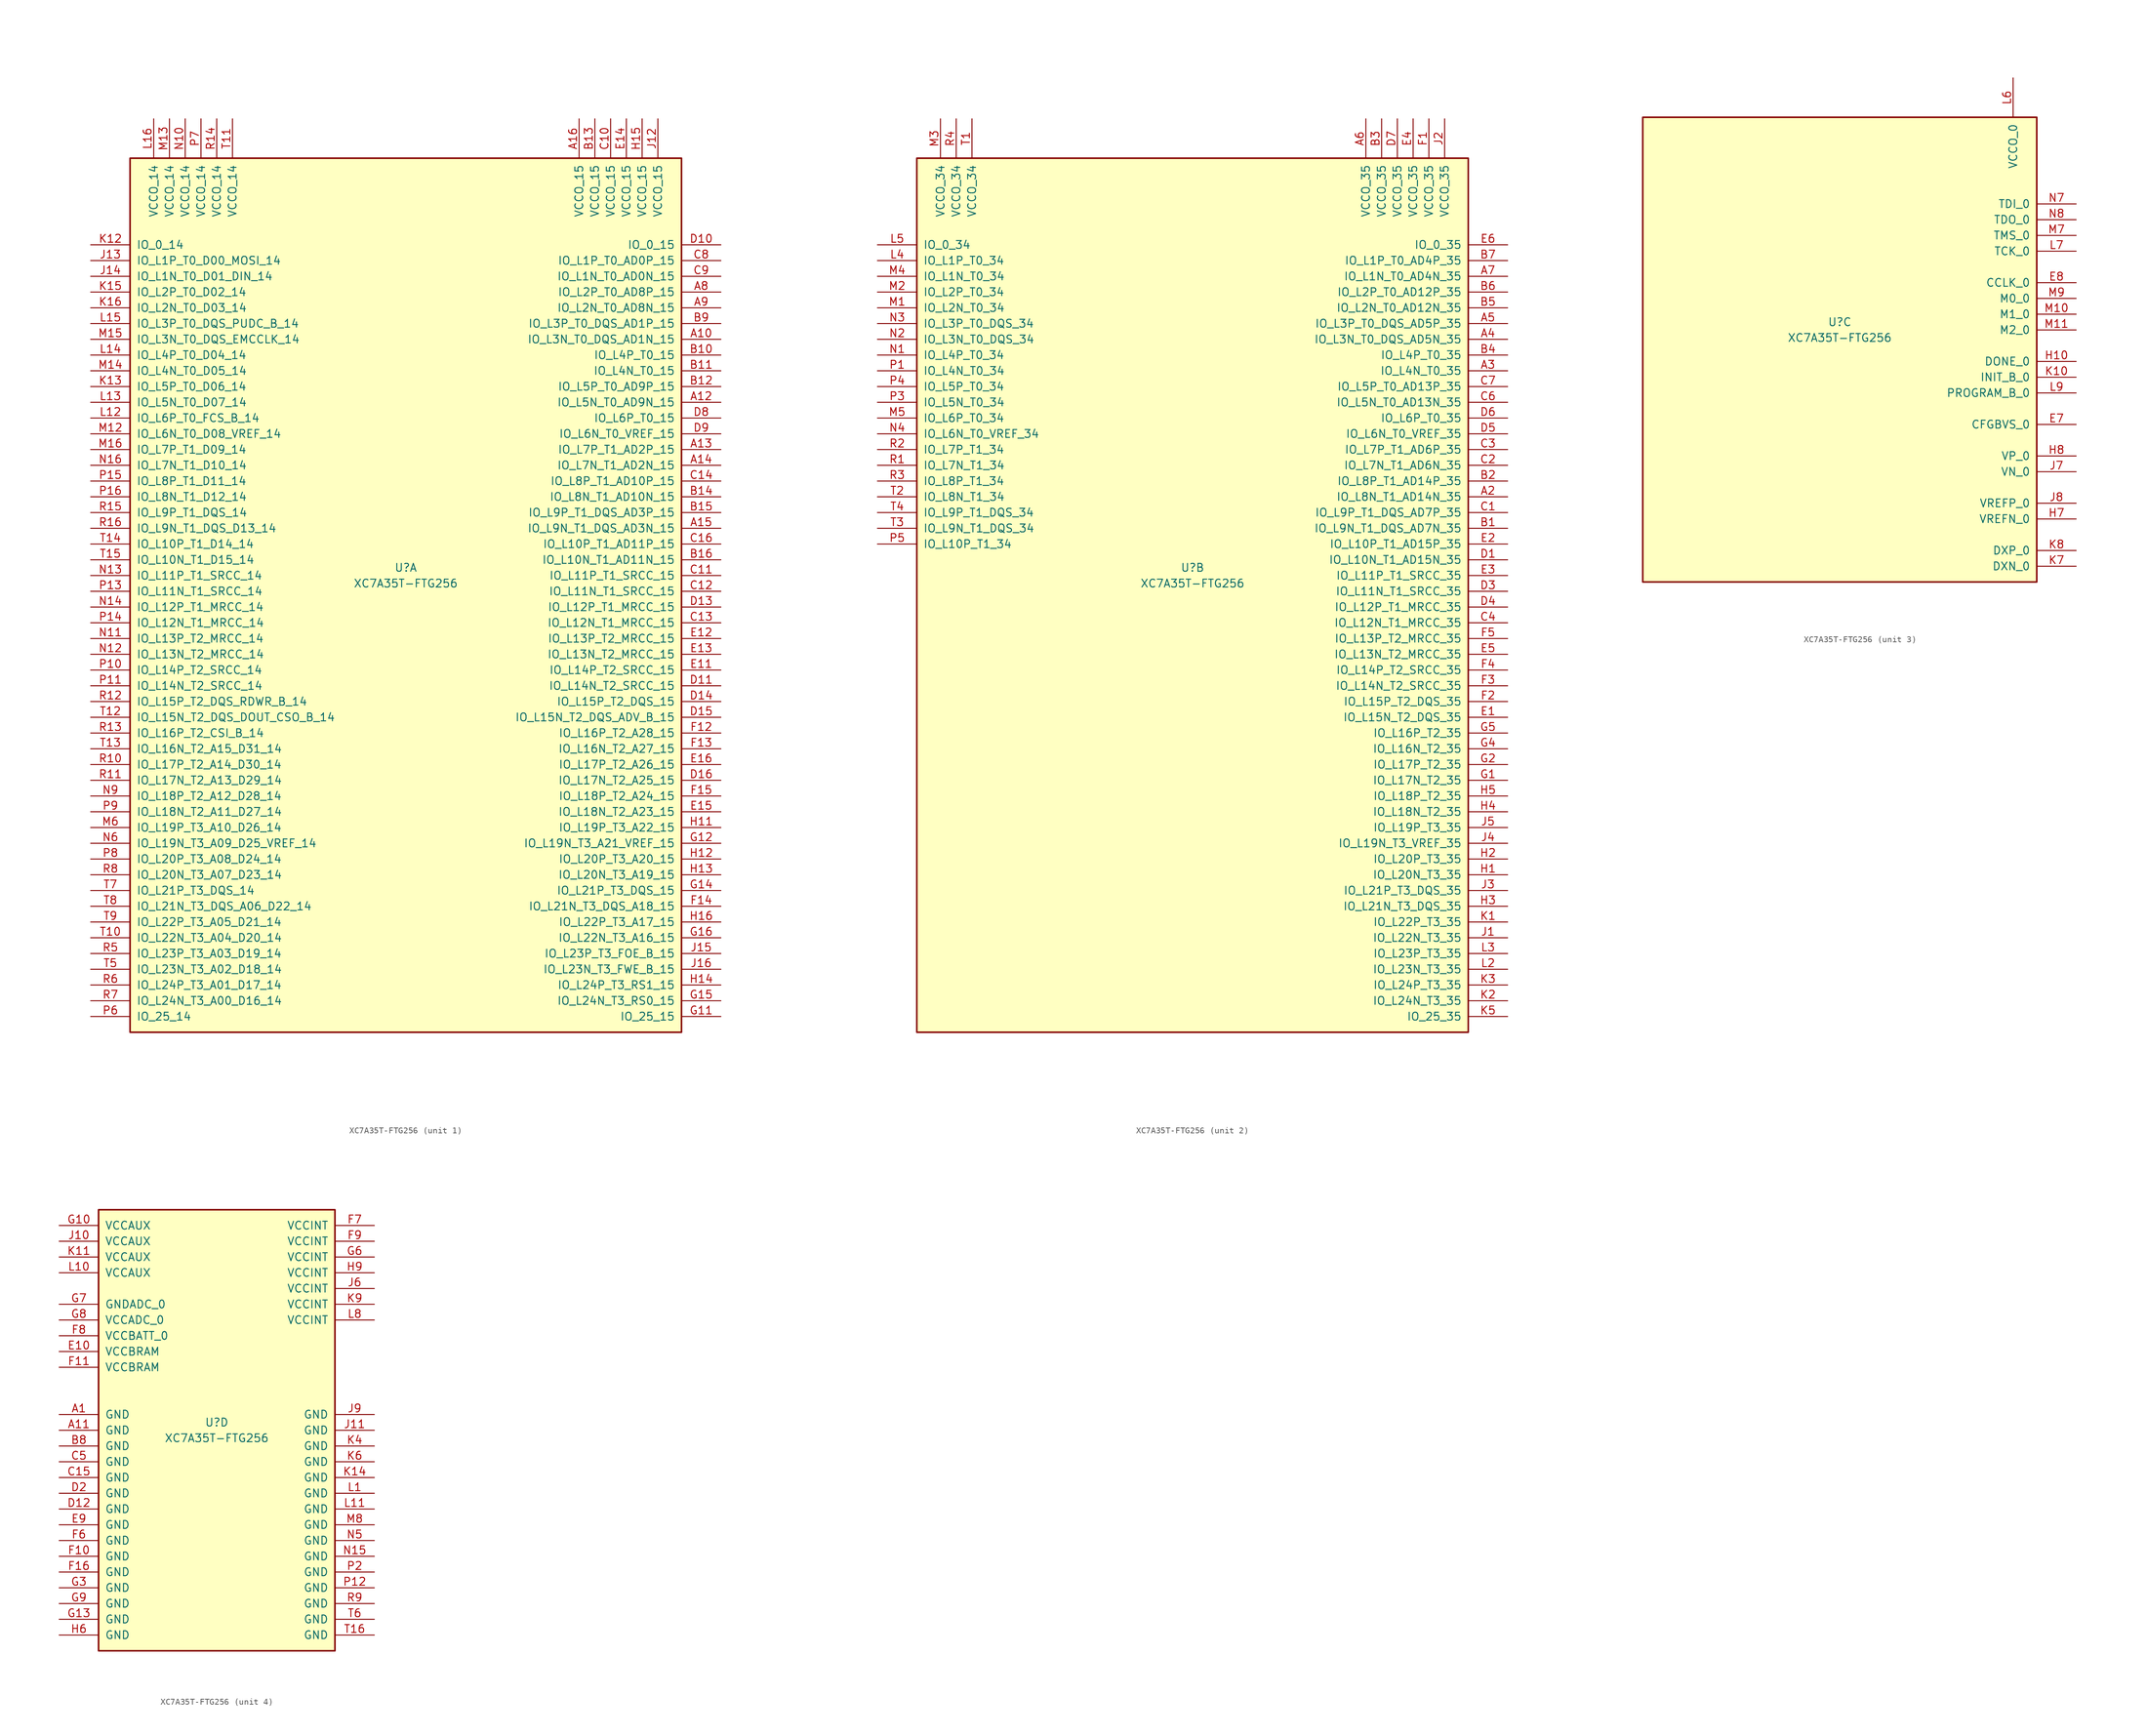
<source format=kicad_sym>
(kicad_symbol_lib
  (version 20201005)
  (generator kicad_symbol_editor)
  (symbol "FPGA_Xilinx_Artix7:XC7A35T-FTG256"
    (pin_names
      (offset 1.016))
    (property "Reference" "U"
      (at 0 1.27 0)
      (effects (font (size 1.27 1.27))))
    (property "Value" "XC7A35T-FTG256"
      (at 0 -1.27 0)
      (effects (font (size 1.27 1.27))))
    (property "Datasheet" ""
      (at 0 0 0)
      (effects (font (size 1.27 1.27))))
    (property "ki_locked" ""
      (at 0 0 0)
      (effects (font (size 1.27 1.27))))
    (symbol "XC7A35T-FTG256_1_1"
      (rectangle (start -44.45 67.31) (end 44.45 -73.66) (stroke (width 0.254)) (fill (type background)))
      (pin power_in line (at -40.64 73.66 270) (length 6.35) (name "VCCO_14" (effects (font (size 1.27 1.27)))) (number "L16" (effects (font (size 1.27 1.27)))))
      (pin power_in line (at -38.1 73.66 270) (length 6.35) (name "VCCO_14" (effects (font (size 1.27 1.27)))) (number "M13" (effects (font (size 1.27 1.27)))))
      (pin power_in line (at -35.56 73.66 270) (length 6.35) (name "VCCO_14" (effects (font (size 1.27 1.27)))) (number "N10" (effects (font (size 1.27 1.27)))))
      (pin power_in line (at -33.02 73.66 270) (length 6.35) (name "VCCO_14" (effects (font (size 1.27 1.27)))) (number "P7" (effects (font (size 1.27 1.27)))))
      (pin power_in line (at -30.48 73.66 270) (length 6.35) (name "VCCO_14" (effects (font (size 1.27 1.27)))) (number "R14" (effects (font (size 1.27 1.27)))))
      (pin power_in line (at -27.94 73.66 270) (length 6.35) (name "VCCO_14" (effects (font (size 1.27 1.27)))) (number "T11" (effects (font (size 1.27 1.27)))))
      (pin bidirectional line (at -50.8 53.34 0) (length 6.35) (name "IO_0_14" (effects (font (size 1.27 1.27)))) (number "K12" (effects (font (size 1.27 1.27)))))
      (pin bidirectional line (at -50.8 50.8 0) (length 6.35) (name "IO_L1P_T0_D00_MOSI_14" (effects (font (size 1.27 1.27)))) (number "J13" (effects (font (size 1.27 1.27)))))
      (pin bidirectional line (at -50.8 48.26 0) (length 6.35) (name "IO_L1N_T0_D01_DIN_14" (effects (font (size 1.27 1.27)))) (number "J14" (effects (font (size 1.27 1.27)))))
      (pin bidirectional line (at -50.8 45.72 0) (length 6.35) (name "IO_L2P_T0_D02_14" (effects (font (size 1.27 1.27)))) (number "K15" (effects (font (size 1.27 1.27)))))
      (pin bidirectional line (at -50.8 43.18 0) (length 6.35) (name "IO_L2N_T0_D03_14" (effects (font (size 1.27 1.27)))) (number "K16" (effects (font (size 1.27 1.27)))))
      (pin bidirectional line (at -50.8 40.64 0) (length 6.35) (name "IO_L3P_T0_DQS_PUDC_B_14" (effects (font (size 1.27 1.27)))) (number "L15" (effects (font (size 1.27 1.27)))))
      (pin bidirectional line (at -50.8 38.1 0) (length 6.35) (name "IO_L3N_T0_DQS_EMCCLK_14" (effects (font (size 1.27 1.27)))) (number "M15" (effects (font (size 1.27 1.27)))))
      (pin bidirectional line (at -50.8 35.56 0) (length 6.35) (name "IO_L4P_T0_D04_14" (effects (font (size 1.27 1.27)))) (number "L14" (effects (font (size 1.27 1.27)))))
      (pin bidirectional line (at -50.8 33.02 0) (length 6.35) (name "IO_L4N_T0_D05_14" (effects (font (size 1.27 1.27)))) (number "M14" (effects (font (size 1.27 1.27)))))
      (pin bidirectional line (at -50.8 30.48 0) (length 6.35) (name "IO_L5P_T0_D06_14" (effects (font (size 1.27 1.27)))) (number "K13" (effects (font (size 1.27 1.27)))))
      (pin bidirectional line (at -50.8 27.94 0) (length 6.35) (name "IO_L5N_T0_D07_14" (effects (font (size 1.27 1.27)))) (number "L13" (effects (font (size 1.27 1.27)))))
      (pin bidirectional line (at -50.8 25.4 0) (length 6.35) (name "IO_L6P_T0_FCS_B_14" (effects (font (size 1.27 1.27)))) (number "L12" (effects (font (size 1.27 1.27)))))
      (pin bidirectional line (at -50.8 22.86 0) (length 6.35) (name "IO_L6N_T0_D08_VREF_14" (effects (font (size 1.27 1.27)))) (number "M12" (effects (font (size 1.27 1.27)))))
      (pin bidirectional line (at -50.8 20.32 0) (length 6.35) (name "IO_L7P_T1_D09_14" (effects (font (size 1.27 1.27)))) (number "M16" (effects (font (size 1.27 1.27)))))
      (pin bidirectional line (at -50.8 17.78 0) (length 6.35) (name "IO_L7N_T1_D10_14" (effects (font (size 1.27 1.27)))) (number "N16" (effects (font (size 1.27 1.27)))))
      (pin bidirectional line (at -50.8 15.24 0) (length 6.35) (name "IO_L8P_T1_D11_14" (effects (font (size 1.27 1.27)))) (number "P15" (effects (font (size 1.27 1.27)))))
      (pin bidirectional line (at -50.8 12.7 0) (length 6.35) (name "IO_L8N_T1_D12_14" (effects (font (size 1.27 1.27)))) (number "P16" (effects (font (size 1.27 1.27)))))
      (pin bidirectional line (at -50.8 10.16 0) (length 6.35) (name "IO_L9P_T1_DQS_14" (effects (font (size 1.27 1.27)))) (number "R15" (effects (font (size 1.27 1.27)))))
      (pin bidirectional line (at -50.8 7.62 0) (length 6.35) (name "IO_L9N_T1_DQS_D13_14" (effects (font (size 1.27 1.27)))) (number "R16" (effects (font (size 1.27 1.27)))))
      (pin bidirectional line (at -50.8 5.08 0) (length 6.35) (name "IO_L10P_T1_D14_14" (effects (font (size 1.27 1.27)))) (number "T14" (effects (font (size 1.27 1.27)))))
      (pin bidirectional line (at -50.8 2.54 0) (length 6.35) (name "IO_L10N_T1_D15_14" (effects (font (size 1.27 1.27)))) (number "T15" (effects (font (size 1.27 1.27)))))
      (pin bidirectional line (at -50.8 0 0) (length 6.35) (name "IO_L11P_T1_SRCC_14" (effects (font (size 1.27 1.27)))) (number "N13" (effects (font (size 1.27 1.27)))))
      (pin bidirectional line (at -50.8 -2.54 0) (length 6.35) (name "IO_L11N_T1_SRCC_14" (effects (font (size 1.27 1.27)))) (number "P13" (effects (font (size 1.27 1.27)))))
      (pin bidirectional line (at -50.8 -5.08 0) (length 6.35) (name "IO_L12P_T1_MRCC_14" (effects (font (size 1.27 1.27)))) (number "N14" (effects (font (size 1.27 1.27)))))
      (pin bidirectional line (at -50.8 -7.62 0) (length 6.35) (name "IO_L12N_T1_MRCC_14" (effects (font (size 1.27 1.27)))) (number "P14" (effects (font (size 1.27 1.27)))))
      (pin bidirectional line (at -50.8 -10.16 0) (length 6.35) (name "IO_L13P_T2_MRCC_14" (effects (font (size 1.27 1.27)))) (number "N11" (effects (font (size 1.27 1.27)))))
      (pin bidirectional line (at -50.8 -12.7 0) (length 6.35) (name "IO_L13N_T2_MRCC_14" (effects (font (size 1.27 1.27)))) (number "N12" (effects (font (size 1.27 1.27)))))
      (pin bidirectional line (at -50.8 -15.24 0) (length 6.35) (name "IO_L14P_T2_SRCC_14" (effects (font (size 1.27 1.27)))) (number "P10" (effects (font (size 1.27 1.27)))))
      (pin bidirectional line (at -50.8 -17.78 0) (length 6.35) (name "IO_L14N_T2_SRCC_14" (effects (font (size 1.27 1.27)))) (number "P11" (effects (font (size 1.27 1.27)))))
      (pin bidirectional line (at -50.8 -20.32 0) (length 6.35) (name "IO_L15P_T2_DQS_RDWR_B_14" (effects (font (size 1.27 1.27)))) (number "R12" (effects (font (size 1.27 1.27)))))
      (pin bidirectional line (at -50.8 -22.86 0) (length 6.35) (name "IO_L15N_T2_DQS_DOUT_CSO_B_14" (effects (font (size 1.27 1.27)))) (number "T12" (effects (font (size 1.27 1.27)))))
      (pin bidirectional line (at -50.8 -25.4 0) (length 6.35) (name "IO_L16P_T2_CSI_B_14" (effects (font (size 1.27 1.27)))) (number "R13" (effects (font (size 1.27 1.27)))))
      (pin bidirectional line (at -50.8 -27.94 0) (length 6.35) (name "IO_L16N_T2_A15_D31_14" (effects (font (size 1.27 1.27)))) (number "T13" (effects (font (size 1.27 1.27)))))
      (pin bidirectional line (at -50.8 -30.48 0) (length 6.35) (name "IO_L17P_T2_A14_D30_14" (effects (font (size 1.27 1.27)))) (number "R10" (effects (font (size 1.27 1.27)))))
      (pin bidirectional line (at -50.8 -33.02 0) (length 6.35) (name "IO_L17N_T2_A13_D29_14" (effects (font (size 1.27 1.27)))) (number "R11" (effects (font (size 1.27 1.27)))))
      (pin bidirectional line (at -50.8 -35.56 0) (length 6.35) (name "IO_L18P_T2_A12_D28_14" (effects (font (size 1.27 1.27)))) (number "N9" (effects (font (size 1.27 1.27)))))
      (pin bidirectional line (at -50.8 -38.1 0) (length 6.35) (name "IO_L18N_T2_A11_D27_14" (effects (font (size 1.27 1.27)))) (number "P9" (effects (font (size 1.27 1.27)))))
      (pin bidirectional line (at -50.8 -40.64 0) (length 6.35) (name "IO_L19P_T3_A10_D26_14" (effects (font (size 1.27 1.27)))) (number "M6" (effects (font (size 1.27 1.27)))))
      (pin bidirectional line (at -50.8 -43.18 0) (length 6.35) (name "IO_L19N_T3_A09_D25_VREF_14" (effects (font (size 1.27 1.27)))) (number "N6" (effects (font (size 1.27 1.27)))))
      (pin bidirectional line (at -50.8 -45.72 0) (length 6.35) (name "IO_L20P_T3_A08_D24_14" (effects (font (size 1.27 1.27)))) (number "P8" (effects (font (size 1.27 1.27)))))
      (pin bidirectional line (at -50.8 -48.26 0) (length 6.35) (name "IO_L20N_T3_A07_D23_14" (effects (font (size 1.27 1.27)))) (number "R8" (effects (font (size 1.27 1.27)))))
      (pin bidirectional line (at -50.8 -50.8 0) (length 6.35) (name "IO_L21P_T3_DQS_14" (effects (font (size 1.27 1.27)))) (number "T7" (effects (font (size 1.27 1.27)))))
      (pin bidirectional line (at -50.8 -53.34 0) (length 6.35) (name "IO_L21N_T3_DQS_A06_D22_14" (effects (font (size 1.27 1.27)))) (number "T8" (effects (font (size 1.27 1.27)))))
      (pin bidirectional line (at -50.8 -55.88 0) (length 6.35) (name "IO_L22P_T3_A05_D21_14" (effects (font (size 1.27 1.27)))) (number "T9" (effects (font (size 1.27 1.27)))))
      (pin bidirectional line (at -50.8 -58.42 0) (length 6.35) (name "IO_L22N_T3_A04_D20_14" (effects (font (size 1.27 1.27)))) (number "T10" (effects (font (size 1.27 1.27)))))
      (pin bidirectional line (at -50.8 -60.96 0) (length 6.35) (name "IO_L23P_T3_A03_D19_14" (effects (font (size 1.27 1.27)))) (number "R5" (effects (font (size 1.27 1.27)))))
      (pin bidirectional line (at -50.8 -63.5 0) (length 6.35) (name "IO_L23N_T3_A02_D18_14" (effects (font (size 1.27 1.27)))) (number "T5" (effects (font (size 1.27 1.27)))))
      (pin bidirectional line (at -50.8 -66.04 0) (length 6.35) (name "IO_L24P_T3_A01_D17_14" (effects (font (size 1.27 1.27)))) (number "R6" (effects (font (size 1.27 1.27)))))
      (pin bidirectional line (at -50.8 -68.58 0) (length 6.35) (name "IO_L24N_T3_A00_D16_14" (effects (font (size 1.27 1.27)))) (number "R7" (effects (font (size 1.27 1.27)))))
      (pin bidirectional line (at -50.8 -71.12 0) (length 6.35) (name "IO_25_14" (effects (font (size 1.27 1.27)))) (number "P6" (effects (font (size 1.27 1.27)))))
      (pin power_in line (at 27.94 73.66 270) (length 6.35) (name "VCCO_15" (effects (font (size 1.27 1.27)))) (number "A16" (effects (font (size 1.27 1.27)))))
      (pin power_in line (at 30.48 73.66 270) (length 6.35) (name "VCCO_15" (effects (font (size 1.27 1.27)))) (number "B13" (effects (font (size 1.27 1.27)))))
      (pin power_in line (at 33.02 73.66 270) (length 6.35) (name "VCCO_15" (effects (font (size 1.27 1.27)))) (number "C10" (effects (font (size 1.27 1.27)))))
      (pin power_in line (at 35.56 73.66 270) (length 6.35) (name "VCCO_15" (effects (font (size 1.27 1.27)))) (number "E14" (effects (font (size 1.27 1.27)))))
      (pin power_in line (at 38.1 73.66 270) (length 6.35) (name "VCCO_15" (effects (font (size 1.27 1.27)))) (number "H15" (effects (font (size 1.27 1.27)))))
      (pin power_in line (at 40.64 73.66 270) (length 6.35) (name "VCCO_15" (effects (font (size 1.27 1.27)))) (number "J12" (effects (font (size 1.27 1.27)))))
      (pin bidirectional line (at 50.8 53.34 180) (length 6.35) (name "IO_0_15" (effects (font (size 1.27 1.27)))) (number "D10" (effects (font (size 1.27 1.27)))))
      (pin bidirectional line (at 50.8 50.8 180) (length 6.35) (name "IO_L1P_T0_AD0P_15" (effects (font (size 1.27 1.27)))) (number "C8" (effects (font (size 1.27 1.27)))))
      (pin bidirectional line (at 50.8 48.26 180) (length 6.35) (name "IO_L1N_T0_AD0N_15" (effects (font (size 1.27 1.27)))) (number "C9" (effects (font (size 1.27 1.27)))))
      (pin bidirectional line (at 50.8 45.72 180) (length 6.35) (name "IO_L2P_T0_AD8P_15" (effects (font (size 1.27 1.27)))) (number "A8" (effects (font (size 1.27 1.27)))))
      (pin bidirectional line (at 50.8 43.18 180) (length 6.35) (name "IO_L2N_T0_AD8N_15" (effects (font (size 1.27 1.27)))) (number "A9" (effects (font (size 1.27 1.27)))))
      (pin bidirectional line (at 50.8 40.64 180) (length 6.35) (name "IO_L3P_T0_DQS_AD1P_15" (effects (font (size 1.27 1.27)))) (number "B9" (effects (font (size 1.27 1.27)))))
      (pin bidirectional line (at 50.8 38.1 180) (length 6.35) (name "IO_L3N_T0_DQS_AD1N_15" (effects (font (size 1.27 1.27)))) (number "A10" (effects (font (size 1.27 1.27)))))
      (pin bidirectional line (at 50.8 35.56 180) (length 6.35) (name "IO_L4P_T0_15" (effects (font (size 1.27 1.27)))) (number "B10" (effects (font (size 1.27 1.27)))))
      (pin bidirectional line (at 50.8 33.02 180) (length 6.35) (name "IO_L4N_T0_15" (effects (font (size 1.27 1.27)))) (number "B11" (effects (font (size 1.27 1.27)))))
      (pin bidirectional line (at 50.8 30.48 180) (length 6.35) (name "IO_L5P_T0_AD9P_15" (effects (font (size 1.27 1.27)))) (number "B12" (effects (font (size 1.27 1.27)))))
      (pin bidirectional line (at 50.8 27.94 180) (length 6.35) (name "IO_L5N_T0_AD9N_15" (effects (font (size 1.27 1.27)))) (number "A12" (effects (font (size 1.27 1.27)))))
      (pin bidirectional line (at 50.8 25.4 180) (length 6.35) (name "IO_L6P_T0_15" (effects (font (size 1.27 1.27)))) (number "D8" (effects (font (size 1.27 1.27)))))
      (pin bidirectional line (at 50.8 22.86 180) (length 6.35) (name "IO_L6N_T0_VREF_15" (effects (font (size 1.27 1.27)))) (number "D9" (effects (font (size 1.27 1.27)))))
      (pin bidirectional line (at 50.8 20.32 180) (length 6.35) (name "IO_L7P_T1_AD2P_15" (effects (font (size 1.27 1.27)))) (number "A13" (effects (font (size 1.27 1.27)))))
      (pin bidirectional line (at 50.8 17.78 180) (length 6.35) (name "IO_L7N_T1_AD2N_15" (effects (font (size 1.27 1.27)))) (number "A14" (effects (font (size 1.27 1.27)))))
      (pin bidirectional line (at 50.8 15.24 180) (length 6.35) (name "IO_L8P_T1_AD10P_15" (effects (font (size 1.27 1.27)))) (number "C14" (effects (font (size 1.27 1.27)))))
      (pin bidirectional line (at 50.8 12.7 180) (length 6.35) (name "IO_L8N_T1_AD10N_15" (effects (font (size 1.27 1.27)))) (number "B14" (effects (font (size 1.27 1.27)))))
      (pin bidirectional line (at 50.8 10.16 180) (length 6.35) (name "IO_L9P_T1_DQS_AD3P_15" (effects (font (size 1.27 1.27)))) (number "B15" (effects (font (size 1.27 1.27)))))
      (pin bidirectional line (at 50.8 7.62 180) (length 6.35) (name "IO_L9N_T1_DQS_AD3N_15" (effects (font (size 1.27 1.27)))) (number "A15" (effects (font (size 1.27 1.27)))))
      (pin bidirectional line (at 50.8 5.08 180) (length 6.35) (name "IO_L10P_T1_AD11P_15" (effects (font (size 1.27 1.27)))) (number "C16" (effects (font (size 1.27 1.27)))))
      (pin bidirectional line (at 50.8 2.54 180) (length 6.35) (name "IO_L10N_T1_AD11N_15" (effects (font (size 1.27 1.27)))) (number "B16" (effects (font (size 1.27 1.27)))))
      (pin bidirectional line (at 50.8 0 180) (length 6.35) (name "IO_L11P_T1_SRCC_15" (effects (font (size 1.27 1.27)))) (number "C11" (effects (font (size 1.27 1.27)))))
      (pin bidirectional line (at 50.8 -2.54 180) (length 6.35) (name "IO_L11N_T1_SRCC_15" (effects (font (size 1.27 1.27)))) (number "C12" (effects (font (size 1.27 1.27)))))
      (pin bidirectional line (at 50.8 -5.08 180) (length 6.35) (name "IO_L12P_T1_MRCC_15" (effects (font (size 1.27 1.27)))) (number "D13" (effects (font (size 1.27 1.27)))))
      (pin bidirectional line (at 50.8 -7.62 180) (length 6.35) (name "IO_L12N_T1_MRCC_15" (effects (font (size 1.27 1.27)))) (number "C13" (effects (font (size 1.27 1.27)))))
      (pin bidirectional line (at 50.8 -10.16 180) (length 6.35) (name "IO_L13P_T2_MRCC_15" (effects (font (size 1.27 1.27)))) (number "E12" (effects (font (size 1.27 1.27)))))
      (pin bidirectional line (at 50.8 -12.7 180) (length 6.35) (name "IO_L13N_T2_MRCC_15" (effects (font (size 1.27 1.27)))) (number "E13" (effects (font (size 1.27 1.27)))))
      (pin bidirectional line (at 50.8 -15.24 180) (length 6.35) (name "IO_L14P_T2_SRCC_15" (effects (font (size 1.27 1.27)))) (number "E11" (effects (font (size 1.27 1.27)))))
      (pin bidirectional line (at 50.8 -17.78 180) (length 6.35) (name "IO_L14N_T2_SRCC_15" (effects (font (size 1.27 1.27)))) (number "D11" (effects (font (size 1.27 1.27)))))
      (pin bidirectional line (at 50.8 -20.32 180) (length 6.35) (name "IO_L15P_T2_DQS_15" (effects (font (size 1.27 1.27)))) (number "D14" (effects (font (size 1.27 1.27)))))
      (pin bidirectional line (at 50.8 -22.86 180) (length 6.35) (name "IO_L15N_T2_DQS_ADV_B_15" (effects (font (size 1.27 1.27)))) (number "D15" (effects (font (size 1.27 1.27)))))
      (pin bidirectional line (at 50.8 -25.4 180) (length 6.35) (name "IO_L16P_T2_A28_15" (effects (font (size 1.27 1.27)))) (number "F12" (effects (font (size 1.27 1.27)))))
      (pin bidirectional line (at 50.8 -27.94 180) (length 6.35) (name "IO_L16N_T2_A27_15" (effects (font (size 1.27 1.27)))) (number "F13" (effects (font (size 1.27 1.27)))))
      (pin bidirectional line (at 50.8 -30.48 180) (length 6.35) (name "IO_L17P_T2_A26_15" (effects (font (size 1.27 1.27)))) (number "E16" (effects (font (size 1.27 1.27)))))
      (pin bidirectional line (at 50.8 -33.02 180) (length 6.35) (name "IO_L17N_T2_A25_15" (effects (font (size 1.27 1.27)))) (number "D16" (effects (font (size 1.27 1.27)))))
      (pin bidirectional line (at 50.8 -35.56 180) (length 6.35) (name "IO_L18P_T2_A24_15" (effects (font (size 1.27 1.27)))) (number "F15" (effects (font (size 1.27 1.27)))))
      (pin bidirectional line (at 50.8 -38.1 180) (length 6.35) (name "IO_L18N_T2_A23_15" (effects (font (size 1.27 1.27)))) (number "E15" (effects (font (size 1.27 1.27)))))
      (pin bidirectional line (at 50.8 -40.64 180) (length 6.35) (name "IO_L19P_T3_A22_15" (effects (font (size 1.27 1.27)))) (number "H11" (effects (font (size 1.27 1.27)))))
      (pin bidirectional line (at 50.8 -43.18 180) (length 6.35) (name "IO_L19N_T3_A21_VREF_15" (effects (font (size 1.27 1.27)))) (number "G12" (effects (font (size 1.27 1.27)))))
      (pin bidirectional line (at 50.8 -45.72 180) (length 6.35) (name "IO_L20P_T3_A20_15" (effects (font (size 1.27 1.27)))) (number "H12" (effects (font (size 1.27 1.27)))))
      (pin bidirectional line (at 50.8 -48.26 180) (length 6.35) (name "IO_L20N_T3_A19_15" (effects (font (size 1.27 1.27)))) (number "H13" (effects (font (size 1.27 1.27)))))
      (pin bidirectional line (at 50.8 -50.8 180) (length 6.35) (name "IO_L21P_T3_DQS_15" (effects (font (size 1.27 1.27)))) (number "G14" (effects (font (size 1.27 1.27)))))
      (pin bidirectional line (at 50.8 -53.34 180) (length 6.35) (name "IO_L21N_T3_DQS_A18_15" (effects (font (size 1.27 1.27)))) (number "F14" (effects (font (size 1.27 1.27)))))
      (pin bidirectional line (at 50.8 -55.88 180) (length 6.35) (name "IO_L22P_T3_A17_15" (effects (font (size 1.27 1.27)))) (number "H16" (effects (font (size 1.27 1.27)))))
      (pin bidirectional line (at 50.8 -58.42 180) (length 6.35) (name "IO_L22N_T3_A16_15" (effects (font (size 1.27 1.27)))) (number "G16" (effects (font (size 1.27 1.27)))))
      (pin bidirectional line (at 50.8 -60.96 180) (length 6.35) (name "IO_L23P_T3_FOE_B_15" (effects (font (size 1.27 1.27)))) (number "J15" (effects (font (size 1.27 1.27)))))
      (pin bidirectional line (at 50.8 -63.5 180) (length 6.35) (name "IO_L23N_T3_FWE_B_15" (effects (font (size 1.27 1.27)))) (number "J16" (effects (font (size 1.27 1.27)))))
      (pin bidirectional line (at 50.8 -66.04 180) (length 6.35) (name "IO_L24P_T3_RS1_15" (effects (font (size 1.27 1.27)))) (number "H14" (effects (font (size 1.27 1.27)))))
      (pin bidirectional line (at 50.8 -68.58 180) (length 6.35) (name "IO_L24N_T3_RS0_15" (effects (font (size 1.27 1.27)))) (number "G15" (effects (font (size 1.27 1.27)))))
      (pin bidirectional line (at 50.8 -71.12 180) (length 6.35) (name "IO_25_15" (effects (font (size 1.27 1.27)))) (number "G11" (effects (font (size 1.27 1.27))))))
    (symbol "XC7A35T-FTG256_2_1"
      (rectangle (start -44.45 67.31) (end 44.45 -73.66) (stroke (width 0.254)) (fill (type background)))
      (pin power_in line (at -40.64 73.66 270) (length 6.35) (name "VCCO_34" (effects (font (size 1.27 1.27)))) (number "M3" (effects (font (size 1.27 1.27)))))
      (pin power_in line (at -38.1 73.66 270) (length 6.35) (name "VCCO_34" (effects (font (size 1.27 1.27)))) (number "R4" (effects (font (size 1.27 1.27)))))
      (pin power_in line (at -35.56 73.66 270) (length 6.35) (name "VCCO_34" (effects (font (size 1.27 1.27)))) (number "T1" (effects (font (size 1.27 1.27)))))
      (pin bidirectional line (at -50.8 53.34 0) (length 6.35) (name "IO_0_34" (effects (font (size 1.27 1.27)))) (number "L5" (effects (font (size 1.27 1.27)))))
      (pin bidirectional line (at -50.8 50.8 0) (length 6.35) (name "IO_L1P_T0_34" (effects (font (size 1.27 1.27)))) (number "L4" (effects (font (size 1.27 1.27)))))
      (pin bidirectional line (at -50.8 48.26 0) (length 6.35) (name "IO_L1N_T0_34" (effects (font (size 1.27 1.27)))) (number "M4" (effects (font (size 1.27 1.27)))))
      (pin bidirectional line (at -50.8 45.72 0) (length 6.35) (name "IO_L2P_T0_34" (effects (font (size 1.27 1.27)))) (number "M2" (effects (font (size 1.27 1.27)))))
      (pin bidirectional line (at -50.8 43.18 0) (length 6.35) (name "IO_L2N_T0_34" (effects (font (size 1.27 1.27)))) (number "M1" (effects (font (size 1.27 1.27)))))
      (pin bidirectional line (at -50.8 40.64 0) (length 6.35) (name "IO_L3P_T0_DQS_34" (effects (font (size 1.27 1.27)))) (number "N3" (effects (font (size 1.27 1.27)))))
      (pin bidirectional line (at -50.8 38.1 0) (length 6.35) (name "IO_L3N_T0_DQS_34" (effects (font (size 1.27 1.27)))) (number "N2" (effects (font (size 1.27 1.27)))))
      (pin bidirectional line (at -50.8 35.56 0) (length 6.35) (name "IO_L4P_T0_34" (effects (font (size 1.27 1.27)))) (number "N1" (effects (font (size 1.27 1.27)))))
      (pin bidirectional line (at -50.8 33.02 0) (length 6.35) (name "IO_L4N_T0_34" (effects (font (size 1.27 1.27)))) (number "P1" (effects (font (size 1.27 1.27)))))
      (pin bidirectional line (at -50.8 30.48 0) (length 6.35) (name "IO_L5P_T0_34" (effects (font (size 1.27 1.27)))) (number "P4" (effects (font (size 1.27 1.27)))))
      (pin bidirectional line (at -50.8 27.94 0) (length 6.35) (name "IO_L5N_T0_34" (effects (font (size 1.27 1.27)))) (number "P3" (effects (font (size 1.27 1.27)))))
      (pin bidirectional line (at -50.8 25.4 0) (length 6.35) (name "IO_L6P_T0_34" (effects (font (size 1.27 1.27)))) (number "M5" (effects (font (size 1.27 1.27)))))
      (pin bidirectional line (at -50.8 22.86 0) (length 6.35) (name "IO_L6N_T0_VREF_34" (effects (font (size 1.27 1.27)))) (number "N4" (effects (font (size 1.27 1.27)))))
      (pin bidirectional line (at -50.8 20.32 0) (length 6.35) (name "IO_L7P_T1_34" (effects (font (size 1.27 1.27)))) (number "R2" (effects (font (size 1.27 1.27)))))
      (pin bidirectional line (at -50.8 17.78 0) (length 6.35) (name "IO_L7N_T1_34" (effects (font (size 1.27 1.27)))) (number "R1" (effects (font (size 1.27 1.27)))))
      (pin bidirectional line (at -50.8 15.24 0) (length 6.35) (name "IO_L8P_T1_34" (effects (font (size 1.27 1.27)))) (number "R3" (effects (font (size 1.27 1.27)))))
      (pin bidirectional line (at -50.8 12.7 0) (length 6.35) (name "IO_L8N_T1_34" (effects (font (size 1.27 1.27)))) (number "T2" (effects (font (size 1.27 1.27)))))
      (pin bidirectional line (at -50.8 10.16 0) (length 6.35) (name "IO_L9P_T1_DQS_34" (effects (font (size 1.27 1.27)))) (number "T4" (effects (font (size 1.27 1.27)))))
      (pin bidirectional line (at -50.8 7.62 0) (length 6.35) (name "IO_L9N_T1_DQS_34" (effects (font (size 1.27 1.27)))) (number "T3" (effects (font (size 1.27 1.27)))))
      (pin bidirectional line (at -50.8 5.08 0) (length 6.35) (name "IO_L10P_T1_34" (effects (font (size 1.27 1.27)))) (number "P5" (effects (font (size 1.27 1.27)))))
      (pin power_in line (at 27.94 73.66 270) (length 6.35) (name "VCCO_35" (effects (font (size 1.27 1.27)))) (number "A6" (effects (font (size 1.27 1.27)))))
      (pin power_in line (at 30.48 73.66 270) (length 6.35) (name "VCCO_35" (effects (font (size 1.27 1.27)))) (number "B3" (effects (font (size 1.27 1.27)))))
      (pin power_in line (at 33.02 73.66 270) (length 6.35) (name "VCCO_35" (effects (font (size 1.27 1.27)))) (number "D7" (effects (font (size 1.27 1.27)))))
      (pin power_in line (at 35.56 73.66 270) (length 6.35) (name "VCCO_35" (effects (font (size 1.27 1.27)))) (number "E4" (effects (font (size 1.27 1.27)))))
      (pin power_in line (at 38.1 73.66 270) (length 6.35) (name "VCCO_35" (effects (font (size 1.27 1.27)))) (number "F1" (effects (font (size 1.27 1.27)))))
      (pin power_in line (at 40.64 73.66 270) (length 6.35) (name "VCCO_35" (effects (font (size 1.27 1.27)))) (number "J2" (effects (font (size 1.27 1.27)))))
      (pin bidirectional line (at 50.8 53.34 180) (length 6.35) (name "IO_0_35" (effects (font (size 1.27 1.27)))) (number "E6" (effects (font (size 1.27 1.27)))))
      (pin bidirectional line (at 50.8 50.8 180) (length 6.35) (name "IO_L1P_T0_AD4P_35" (effects (font (size 1.27 1.27)))) (number "B7" (effects (font (size 1.27 1.27)))))
      (pin bidirectional line (at 50.8 48.26 180) (length 6.35) (name "IO_L1N_T0_AD4N_35" (effects (font (size 1.27 1.27)))) (number "A7" (effects (font (size 1.27 1.27)))))
      (pin bidirectional line (at 50.8 45.72 180) (length 6.35) (name "IO_L2P_T0_AD12P_35" (effects (font (size 1.27 1.27)))) (number "B6" (effects (font (size 1.27 1.27)))))
      (pin bidirectional line (at 50.8 43.18 180) (length 6.35) (name "IO_L2N_T0_AD12N_35" (effects (font (size 1.27 1.27)))) (number "B5" (effects (font (size 1.27 1.27)))))
      (pin bidirectional line (at 50.8 40.64 180) (length 6.35) (name "IO_L3P_T0_DQS_AD5P_35" (effects (font (size 1.27 1.27)))) (number "A5" (effects (font (size 1.27 1.27)))))
      (pin bidirectional line (at 50.8 38.1 180) (length 6.35) (name "IO_L3N_T0_DQS_AD5N_35" (effects (font (size 1.27 1.27)))) (number "A4" (effects (font (size 1.27 1.27)))))
      (pin bidirectional line (at 50.8 35.56 180) (length 6.35) (name "IO_L4P_T0_35" (effects (font (size 1.27 1.27)))) (number "B4" (effects (font (size 1.27 1.27)))))
      (pin bidirectional line (at 50.8 33.02 180) (length 6.35) (name "IO_L4N_T0_35" (effects (font (size 1.27 1.27)))) (number "A3" (effects (font (size 1.27 1.27)))))
      (pin bidirectional line (at 50.8 30.48 180) (length 6.35) (name "IO_L5P_T0_AD13P_35" (effects (font (size 1.27 1.27)))) (number "C7" (effects (font (size 1.27 1.27)))))
      (pin bidirectional line (at 50.8 27.94 180) (length 6.35) (name "IO_L5N_T0_AD13N_35" (effects (font (size 1.27 1.27)))) (number "C6" (effects (font (size 1.27 1.27)))))
      (pin bidirectional line (at 50.8 25.4 180) (length 6.35) (name "IO_L6P_T0_35" (effects (font (size 1.27 1.27)))) (number "D6" (effects (font (size 1.27 1.27)))))
      (pin bidirectional line (at 50.8 22.86 180) (length 6.35) (name "IO_L6N_T0_VREF_35" (effects (font (size 1.27 1.27)))) (number "D5" (effects (font (size 1.27 1.27)))))
      (pin bidirectional line (at 50.8 20.32 180) (length 6.35) (name "IO_L7P_T1_AD6P_35" (effects (font (size 1.27 1.27)))) (number "C3" (effects (font (size 1.27 1.27)))))
      (pin bidirectional line (at 50.8 17.78 180) (length 6.35) (name "IO_L7N_T1_AD6N_35" (effects (font (size 1.27 1.27)))) (number "C2" (effects (font (size 1.27 1.27)))))
      (pin bidirectional line (at 50.8 15.24 180) (length 6.35) (name "IO_L8P_T1_AD14P_35" (effects (font (size 1.27 1.27)))) (number "B2" (effects (font (size 1.27 1.27)))))
      (pin bidirectional line (at 50.8 12.7 180) (length 6.35) (name "IO_L8N_T1_AD14N_35" (effects (font (size 1.27 1.27)))) (number "A2" (effects (font (size 1.27 1.27)))))
      (pin bidirectional line (at 50.8 10.16 180) (length 6.35) (name "IO_L9P_T1_DQS_AD7P_35" (effects (font (size 1.27 1.27)))) (number "C1" (effects (font (size 1.27 1.27)))))
      (pin bidirectional line (at 50.8 7.62 180) (length 6.35) (name "IO_L9N_T1_DQS_AD7N_35" (effects (font (size 1.27 1.27)))) (number "B1" (effects (font (size 1.27 1.27)))))
      (pin bidirectional line (at 50.8 5.08 180) (length 6.35) (name "IO_L10P_T1_AD15P_35" (effects (font (size 1.27 1.27)))) (number "E2" (effects (font (size 1.27 1.27)))))
      (pin bidirectional line (at 50.8 2.54 180) (length 6.35) (name "IO_L10N_T1_AD15N_35" (effects (font (size 1.27 1.27)))) (number "D1" (effects (font (size 1.27 1.27)))))
      (pin bidirectional line (at 50.8 0 180) (length 6.35) (name "IO_L11P_T1_SRCC_35" (effects (font (size 1.27 1.27)))) (number "E3" (effects (font (size 1.27 1.27)))))
      (pin bidirectional line (at 50.8 -2.54 180) (length 6.35) (name "IO_L11N_T1_SRCC_35" (effects (font (size 1.27 1.27)))) (number "D3" (effects (font (size 1.27 1.27)))))
      (pin bidirectional line (at 50.8 -5.08 180) (length 6.35) (name "IO_L12P_T1_MRCC_35" (effects (font (size 1.27 1.27)))) (number "D4" (effects (font (size 1.27 1.27)))))
      (pin bidirectional line (at 50.8 -7.62 180) (length 6.35) (name "IO_L12N_T1_MRCC_35" (effects (font (size 1.27 1.27)))) (number "C4" (effects (font (size 1.27 1.27)))))
      (pin bidirectional line (at 50.8 -10.16 180) (length 6.35) (name "IO_L13P_T2_MRCC_35" (effects (font (size 1.27 1.27)))) (number "F5" (effects (font (size 1.27 1.27)))))
      (pin bidirectional line (at 50.8 -12.7 180) (length 6.35) (name "IO_L13N_T2_MRCC_35" (effects (font (size 1.27 1.27)))) (number "E5" (effects (font (size 1.27 1.27)))))
      (pin bidirectional line (at 50.8 -15.24 180) (length 6.35) (name "IO_L14P_T2_SRCC_35" (effects (font (size 1.27 1.27)))) (number "F4" (effects (font (size 1.27 1.27)))))
      (pin bidirectional line (at 50.8 -17.78 180) (length 6.35) (name "IO_L14N_T2_SRCC_35" (effects (font (size 1.27 1.27)))) (number "F3" (effects (font (size 1.27 1.27)))))
      (pin bidirectional line (at 50.8 -20.32 180) (length 6.35) (name "IO_L15P_T2_DQS_35" (effects (font (size 1.27 1.27)))) (number "F2" (effects (font (size 1.27 1.27)))))
      (pin bidirectional line (at 50.8 -22.86 180) (length 6.35) (name "IO_L15N_T2_DQS_35" (effects (font (size 1.27 1.27)))) (number "E1" (effects (font (size 1.27 1.27)))))
      (pin bidirectional line (at 50.8 -25.4 180) (length 6.35) (name "IO_L16P_T2_35" (effects (font (size 1.27 1.27)))) (number "G5" (effects (font (size 1.27 1.27)))))
      (pin bidirectional line (at 50.8 -27.94 180) (length 6.35) (name "IO_L16N_T2_35" (effects (font (size 1.27 1.27)))) (number "G4" (effects (font (size 1.27 1.27)))))
      (pin bidirectional line (at 50.8 -30.48 180) (length 6.35) (name "IO_L17P_T2_35" (effects (font (size 1.27 1.27)))) (number "G2" (effects (font (size 1.27 1.27)))))
      (pin bidirectional line (at 50.8 -33.02 180) (length 6.35) (name "IO_L17N_T2_35" (effects (font (size 1.27 1.27)))) (number "G1" (effects (font (size 1.27 1.27)))))
      (pin bidirectional line (at 50.8 -35.56 180) (length 6.35) (name "IO_L18P_T2_35" (effects (font (size 1.27 1.27)))) (number "H5" (effects (font (size 1.27 1.27)))))
      (pin bidirectional line (at 50.8 -38.1 180) (length 6.35) (name "IO_L18N_T2_35" (effects (font (size 1.27 1.27)))) (number "H4" (effects (font (size 1.27 1.27)))))
      (pin bidirectional line (at 50.8 -40.64 180) (length 6.35) (name "IO_L19P_T3_35" (effects (font (size 1.27 1.27)))) (number "J5" (effects (font (size 1.27 1.27)))))
      (pin bidirectional line (at 50.8 -43.18 180) (length 6.35) (name "IO_L19N_T3_VREF_35" (effects (font (size 1.27 1.27)))) (number "J4" (effects (font (size 1.27 1.27)))))
      (pin bidirectional line (at 50.8 -45.72 180) (length 6.35) (name "IO_L20P_T3_35" (effects (font (size 1.27 1.27)))) (number "H2" (effects (font (size 1.27 1.27)))))
      (pin bidirectional line (at 50.8 -48.26 180) (length 6.35) (name "IO_L20N_T3_35" (effects (font (size 1.27 1.27)))) (number "H1" (effects (font (size 1.27 1.27)))))
      (pin bidirectional line (at 50.8 -50.8 180) (length 6.35) (name "IO_L21P_T3_DQS_35" (effects (font (size 1.27 1.27)))) (number "J3" (effects (font (size 1.27 1.27)))))
      (pin bidirectional line (at 50.8 -53.34 180) (length 6.35) (name "IO_L21N_T3_DQS_35" (effects (font (size 1.27 1.27)))) (number "H3" (effects (font (size 1.27 1.27)))))
      (pin bidirectional line (at 50.8 -55.88 180) (length 6.35) (name "IO_L22P_T3_35" (effects (font (size 1.27 1.27)))) (number "K1" (effects (font (size 1.27 1.27)))))
      (pin bidirectional line (at 50.8 -58.42 180) (length 6.35) (name "IO_L22N_T3_35" (effects (font (size 1.27 1.27)))) (number "J1" (effects (font (size 1.27 1.27)))))
      (pin bidirectional line (at 50.8 -60.96 180) (length 6.35) (name "IO_L23P_T3_35" (effects (font (size 1.27 1.27)))) (number "L3" (effects (font (size 1.27 1.27)))))
      (pin bidirectional line (at 50.8 -63.5 180) (length 6.35) (name "IO_L23N_T3_35" (effects (font (size 1.27 1.27)))) (number "L2" (effects (font (size 1.27 1.27)))))
      (pin bidirectional line (at 50.8 -66.04 180) (length 6.35) (name "IO_L24P_T3_35" (effects (font (size 1.27 1.27)))) (number "K3" (effects (font (size 1.27 1.27)))))
      (pin bidirectional line (at 50.8 -68.58 180) (length 6.35) (name "IO_L24N_T3_35" (effects (font (size 1.27 1.27)))) (number "K2" (effects (font (size 1.27 1.27)))))
      (pin bidirectional line (at 50.8 -71.12 180) (length 6.35) (name "IO_25_35" (effects (font (size 1.27 1.27)))) (number "K5" (effects (font (size 1.27 1.27))))))
    (symbol "XC7A35T-FTG256_3_1"
      (rectangle (start -31.75 34.29) (end 31.75 -40.64) (stroke (width 0.254)) (fill (type background)))
      (pin power_in line (at 27.94 40.64 270) (length 6.35) (name "VCCO_0" (effects (font (size 1.27 1.27)))) (number "L6" (effects (font (size 1.27 1.27)))))
      (pin bidirectional line (at 38.1 20.32 180) (length 6.35) (name "TDI_0" (effects (font (size 1.27 1.27)))) (number "N7" (effects (font (size 1.27 1.27)))))
      (pin bidirectional line (at 38.1 17.78 180) (length 6.35) (name "TDO_0" (effects (font (size 1.27 1.27)))) (number "N8" (effects (font (size 1.27 1.27)))))
      (pin bidirectional line (at 38.1 15.24 180) (length 6.35) (name "TMS_0" (effects (font (size 1.27 1.27)))) (number "M7" (effects (font (size 1.27 1.27)))))
      (pin bidirectional line (at 38.1 12.7 180) (length 6.35) (name "TCK_0" (effects (font (size 1.27 1.27)))) (number "L7" (effects (font (size 1.27 1.27)))))
      (pin bidirectional line (at 38.1 7.62 180) (length 6.35) (name "CCLK_0" (effects (font (size 1.27 1.27)))) (number "E8" (effects (font (size 1.27 1.27)))))
      (pin bidirectional line (at 38.1 5.08 180) (length 6.35) (name "M0_0" (effects (font (size 1.27 1.27)))) (number "M9" (effects (font (size 1.27 1.27)))))
      (pin bidirectional line (at 38.1 2.54 180) (length 6.35) (name "M1_0" (effects (font (size 1.27 1.27)))) (number "M10" (effects (font (size 1.27 1.27)))))
      (pin bidirectional line (at 38.1 0 180) (length 6.35) (name "M2_0" (effects (font (size 1.27 1.27)))) (number "M11" (effects (font (size 1.27 1.27)))))
      (pin bidirectional line (at 38.1 -5.08 180) (length 6.35) (name "DONE_0" (effects (font (size 1.27 1.27)))) (number "H10" (effects (font (size 1.27 1.27)))))
      (pin bidirectional line (at 38.1 -7.62 180) (length 6.35) (name "INIT_B_0" (effects (font (size 1.27 1.27)))) (number "K10" (effects (font (size 1.27 1.27)))))
      (pin bidirectional line (at 38.1 -10.16 180) (length 6.35) (name "PROGRAM_B_0" (effects (font (size 1.27 1.27)))) (number "L9" (effects (font (size 1.27 1.27)))))
      (pin bidirectional line (at 38.1 -15.24 180) (length 6.35) (name "CFGBVS_0" (effects (font (size 1.27 1.27)))) (number "E7" (effects (font (size 1.27 1.27)))))
      (pin bidirectional line (at 38.1 -20.32 180) (length 6.35) (name "VP_0" (effects (font (size 1.27 1.27)))) (number "H8" (effects (font (size 1.27 1.27)))))
      (pin bidirectional line (at 38.1 -22.86 180) (length 6.35) (name "VN_0" (effects (font (size 1.27 1.27)))) (number "J7" (effects (font (size 1.27 1.27)))))
      (pin bidirectional line (at 38.1 -27.94 180) (length 6.35) (name "VREFP_0" (effects (font (size 1.27 1.27)))) (number "J8" (effects (font (size 1.27 1.27)))))
      (pin bidirectional line (at 38.1 -30.48 180) (length 6.35) (name "VREFN_0" (effects (font (size 1.27 1.27)))) (number "H7" (effects (font (size 1.27 1.27)))))
      (pin bidirectional line (at 38.1 -35.56 180) (length 6.35) (name "DXP_0" (effects (font (size 1.27 1.27)))) (number "K8" (effects (font (size 1.27 1.27)))))
      (pin bidirectional line (at 38.1 -38.1 180) (length 6.35) (name "DXN_0" (effects (font (size 1.27 1.27)))) (number "K7" (effects (font (size 1.27 1.27))))))
    (symbol "XC7A35T-FTG256_4_1"
      (rectangle (start -19.05 35.56) (end 19.05 -35.56) (stroke (width 0.254)) (fill (type background)))
      (pin power_in line (at -25.4 33.02 0) (length 6.35) (name "VCCAUX" (effects (font (size 1.27 1.27)))) (number "G10" (effects (font (size 1.27 1.27)))))
      (pin power_in line (at -25.4 30.48 0) (length 6.35) (name "VCCAUX" (effects (font (size 1.27 1.27)))) (number "J10" (effects (font (size 1.27 1.27)))))
      (pin power_in line (at -25.4 27.94 0) (length 6.35) (name "VCCAUX" (effects (font (size 1.27 1.27)))) (number "K11" (effects (font (size 1.27 1.27)))))
      (pin power_in line (at -25.4 25.4 0) (length 6.35) (name "VCCAUX" (effects (font (size 1.27 1.27)))) (number "L10" (effects (font (size 1.27 1.27)))))
      (pin power_in line (at -25.4 20.32 0) (length 6.35) (name "GNDADC_0" (effects (font (size 1.27 1.27)))) (number "G7" (effects (font (size 1.27 1.27)))))
      (pin power_in line (at -25.4 17.78 0) (length 6.35) (name "VCCADC_0" (effects (font (size 1.27 1.27)))) (number "G8" (effects (font (size 1.27 1.27)))))
      (pin power_in line (at -25.4 15.24 0) (length 6.35) (name "VCCBATT_0" (effects (font (size 1.27 1.27)))) (number "F8" (effects (font (size 1.27 1.27)))))
      (pin power_in line (at -25.4 12.7 0) (length 6.35) (name "VCCBRAM" (effects (font (size 1.27 1.27)))) (number "E10" (effects (font (size 1.27 1.27)))))
      (pin power_in line (at -25.4 10.16 0) (length 6.35) (name "VCCBRAM" (effects (font (size 1.27 1.27)))) (number "F11" (effects (font (size 1.27 1.27)))))
      (pin power_in line (at -25.4 2.54 0) (length 6.35) (name "GND" (effects (font (size 1.27 1.27)))) (number "A1" (effects (font (size 1.27 1.27)))))
      (pin power_in line (at -25.4 0 0) (length 6.35) (name "GND" (effects (font (size 1.27 1.27)))) (number "A11" (effects (font (size 1.27 1.27)))))
      (pin power_in line (at -25.4 -2.54 0) (length 6.35) (name "GND" (effects (font (size 1.27 1.27)))) (number "B8" (effects (font (size 1.27 1.27)))))
      (pin power_in line (at -25.4 -5.08 0) (length 6.35) (name "GND" (effects (font (size 1.27 1.27)))) (number "C5" (effects (font (size 1.27 1.27)))))
      (pin power_in line (at -25.4 -7.62 0) (length 6.35) (name "GND" (effects (font (size 1.27 1.27)))) (number "C15" (effects (font (size 1.27 1.27)))))
      (pin power_in line (at -25.4 -10.16 0) (length 6.35) (name "GND" (effects (font (size 1.27 1.27)))) (number "D2" (effects (font (size 1.27 1.27)))))
      (pin power_in line (at -25.4 -12.7 0) (length 6.35) (name "GND" (effects (font (size 1.27 1.27)))) (number "D12" (effects (font (size 1.27 1.27)))))
      (pin power_in line (at -25.4 -15.24 0) (length 6.35) (name "GND" (effects (font (size 1.27 1.27)))) (number "E9" (effects (font (size 1.27 1.27)))))
      (pin power_in line (at -25.4 -17.78 0) (length 6.35) (name "GND" (effects (font (size 1.27 1.27)))) (number "F6" (effects (font (size 1.27 1.27)))))
      (pin power_in line (at -25.4 -20.32 0) (length 6.35) (name "GND" (effects (font (size 1.27 1.27)))) (number "F10" (effects (font (size 1.27 1.27)))))
      (pin power_in line (at -25.4 -22.86 0) (length 6.35) (name "GND" (effects (font (size 1.27 1.27)))) (number "F16" (effects (font (size 1.27 1.27)))))
      (pin power_in line (at -25.4 -25.4 0) (length 6.35) (name "GND" (effects (font (size 1.27 1.27)))) (number "G3" (effects (font (size 1.27 1.27)))))
      (pin power_in line (at -25.4 -27.94 0) (length 6.35) (name "GND" (effects (font (size 1.27 1.27)))) (number "G9" (effects (font (size 1.27 1.27)))))
      (pin power_in line (at -25.4 -30.48 0) (length 6.35) (name "GND" (effects (font (size 1.27 1.27)))) (number "G13" (effects (font (size 1.27 1.27)))))
      (pin power_in line (at -25.4 -33.02 0) (length 6.35) (name "GND" (effects (font (size 1.27 1.27)))) (number "H6" (effects (font (size 1.27 1.27)))))
      (pin power_in line (at 25.4 33.02 180) (length 6.35) (name "VCCINT" (effects (font (size 1.27 1.27)))) (number "F7" (effects (font (size 1.27 1.27)))))
      (pin power_in line (at 25.4 30.48 180) (length 6.35) (name "VCCINT" (effects (font (size 1.27 1.27)))) (number "F9" (effects (font (size 1.27 1.27)))))
      (pin power_in line (at 25.4 27.94 180) (length 6.35) (name "VCCINT" (effects (font (size 1.27 1.27)))) (number "G6" (effects (font (size 1.27 1.27)))))
      (pin power_in line (at 25.4 25.4 180) (length 6.35) (name "VCCINT" (effects (font (size 1.27 1.27)))) (number "H9" (effects (font (size 1.27 1.27)))))
      (pin power_in line (at 25.4 22.86 180) (length 6.35) (name "VCCINT" (effects (font (size 1.27 1.27)))) (number "J6" (effects (font (size 1.27 1.27)))))
      (pin power_in line (at 25.4 20.32 180) (length 6.35) (name "VCCINT" (effects (font (size 1.27 1.27)))) (number "K9" (effects (font (size 1.27 1.27)))))
      (pin power_in line (at 25.4 17.78 180) (length 6.35) (name "VCCINT" (effects (font (size 1.27 1.27)))) (number "L8" (effects (font (size 1.27 1.27)))))
      (pin power_in line (at 25.4 2.54 180) (length 6.35) (name "GND" (effects (font (size 1.27 1.27)))) (number "J9" (effects (font (size 1.27 1.27)))))
      (pin power_in line (at 25.4 0 180) (length 6.35) (name "GND" (effects (font (size 1.27 1.27)))) (number "J11" (effects (font (size 1.27 1.27)))))
      (pin power_in line (at 25.4 -2.54 180) (length 6.35) (name "GND" (effects (font (size 1.27 1.27)))) (number "K4" (effects (font (size 1.27 1.27)))))
      (pin power_in line (at 25.4 -5.08 180) (length 6.35) (name "GND" (effects (font (size 1.27 1.27)))) (number "K6" (effects (font (size 1.27 1.27)))))
      (pin power_in line (at 25.4 -7.62 180) (length 6.35) (name "GND" (effects (font (size 1.27 1.27)))) (number "K14" (effects (font (size 1.27 1.27)))))
      (pin power_in line (at 25.4 -10.16 180) (length 6.35) (name "GND" (effects (font (size 1.27 1.27)))) (number "L1" (effects (font (size 1.27 1.27)))))
      (pin power_in line (at 25.4 -12.7 180) (length 6.35) (name "GND" (effects (font (size 1.27 1.27)))) (number "L11" (effects (font (size 1.27 1.27)))))
      (pin power_in line (at 25.4 -15.24 180) (length 6.35) (name "GND" (effects (font (size 1.27 1.27)))) (number "M8" (effects (font (size 1.27 1.27)))))
      (pin power_in line (at 25.4 -17.78 180) (length 6.35) (name "GND" (effects (font (size 1.27 1.27)))) (number "N5" (effects (font (size 1.27 1.27)))))
      (pin power_in line (at 25.4 -20.32 180) (length 6.35) (name "GND" (effects (font (size 1.27 1.27)))) (number "N15" (effects (font (size 1.27 1.27)))))
      (pin power_in line (at 25.4 -22.86 180) (length 6.35) (name "GND" (effects (font (size 1.27 1.27)))) (number "P2" (effects (font (size 1.27 1.27)))))
      (pin power_in line (at 25.4 -25.4 180) (length 6.35) (name "GND" (effects (font (size 1.27 1.27)))) (number "P12" (effects (font (size 1.27 1.27)))))
      (pin power_in line (at 25.4 -27.94 180) (length 6.35) (name "GND" (effects (font (size 1.27 1.27)))) (number "R9" (effects (font (size 1.27 1.27)))))
      (pin power_in line (at 25.4 -30.48 180) (length 6.35) (name "GND" (effects (font (size 1.27 1.27)))) (number "T6" (effects (font (size 1.27 1.27)))))
      (pin power_in line (at 25.4 -33.02 180) (length 6.35) (name "GND" (effects (font (size 1.27 1.27)))) (number "T16" (effects (font (size 1.27 1.27))))))))
</source>
